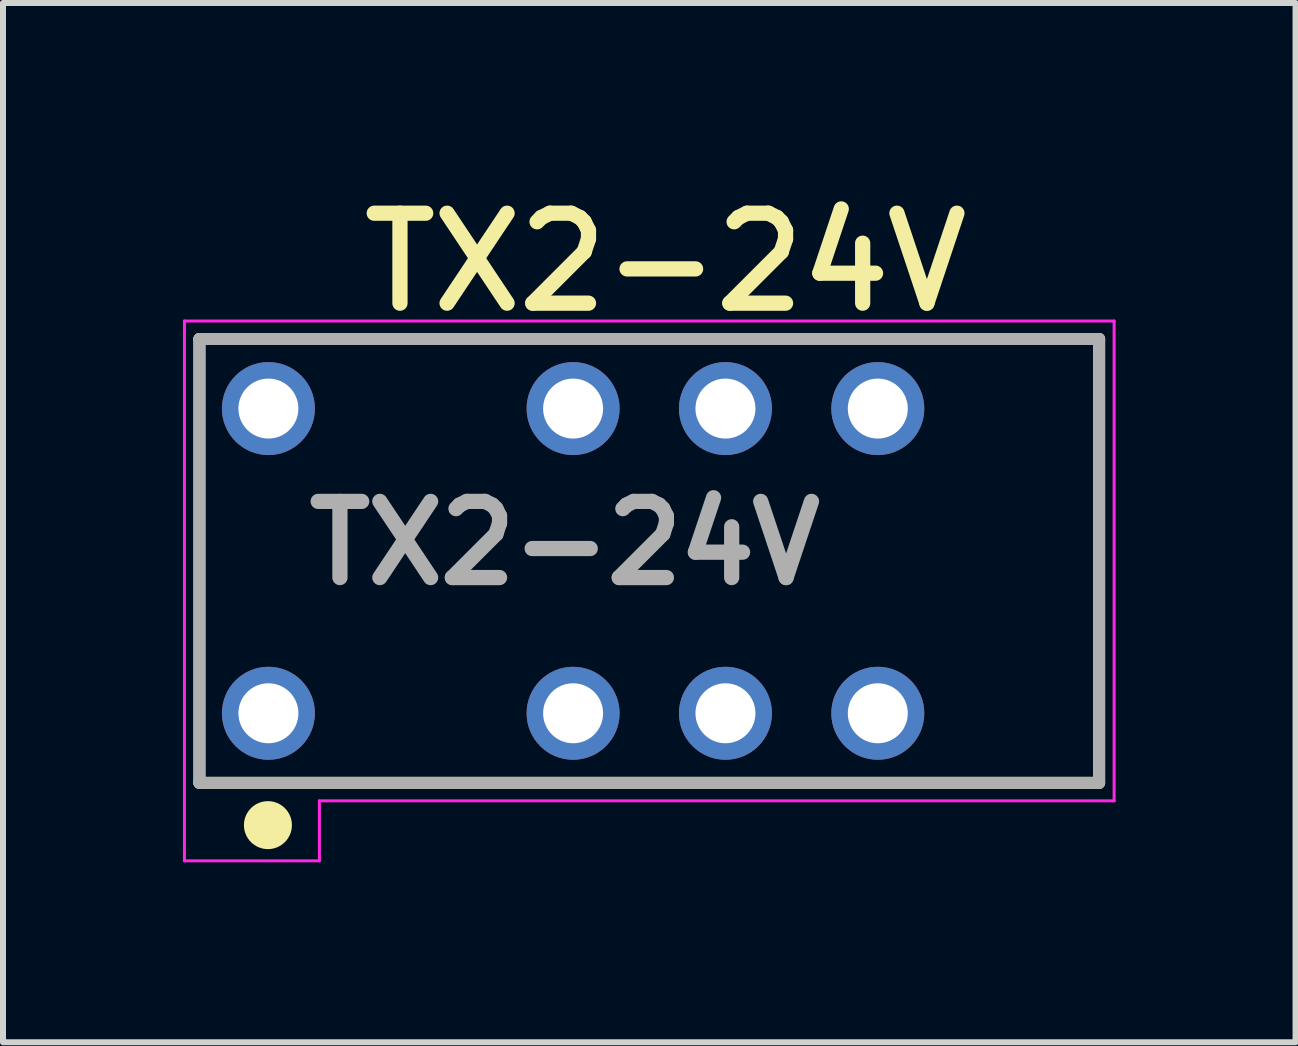
<source format=kicad_pcb>
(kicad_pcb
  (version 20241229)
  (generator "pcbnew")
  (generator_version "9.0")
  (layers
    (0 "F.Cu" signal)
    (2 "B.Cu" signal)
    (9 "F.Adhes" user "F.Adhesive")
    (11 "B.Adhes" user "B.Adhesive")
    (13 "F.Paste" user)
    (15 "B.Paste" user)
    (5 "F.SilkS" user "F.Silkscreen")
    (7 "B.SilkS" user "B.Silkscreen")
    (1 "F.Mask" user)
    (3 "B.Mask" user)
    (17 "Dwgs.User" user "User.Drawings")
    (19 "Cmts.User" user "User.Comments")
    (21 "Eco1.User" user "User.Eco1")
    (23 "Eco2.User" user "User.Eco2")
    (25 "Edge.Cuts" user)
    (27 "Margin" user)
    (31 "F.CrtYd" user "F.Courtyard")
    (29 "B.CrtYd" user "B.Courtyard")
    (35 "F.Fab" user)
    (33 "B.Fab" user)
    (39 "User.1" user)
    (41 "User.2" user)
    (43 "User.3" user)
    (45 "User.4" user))
  (footprint "TX2-24V"
    (layer "F.Cu")
    (at 0.275 6.302)
    (property "Reference" "TX2-24V" (at 7.772 -4.978 0) (layer "F.SilkS") (effects (font (size 1.5 1.5) (thickness 0.254))))
    (attr through_hole)
    (fp_line (start 0 -3.7) (end 15 -3.7) (stroke (width 0.2) (type solid)) (layer "F.SilkS"))
    (fp_line (start 0 3.7) (end 0 -3.7) (stroke (width 0.2) (type solid)) (layer "F.SilkS"))
    (fp_line (start 15 -3.7) (end 15 3.7) (stroke (width 0.2) (type solid)) (layer "F.SilkS"))
    (fp_line (start 15 3.7) (end 0 3.7) (stroke (width 0.2) (type solid)) (layer "F.SilkS"))
    (fp_circle (center 1.142 4.405) (end 1.442 4.405) (stroke (width 0.2) (type solid)) (fill yes) (layer "F.SilkS"))
    (fp_line (start -0.25 -4) (end -0.25 5) (stroke (width 0.05) (type default)) (layer "F.CrtYd"))
    (fp_line (start -0.25 5) (end 2 5) (stroke (width 0.05) (type default)) (layer "F.CrtYd"))
    (fp_line (start 2 4) (end 15.25 4) (stroke (width 0.05) (type default)) (layer "F.CrtYd"))
    (fp_line (start 2 5) (end 2 4) (stroke (width 0.05) (type default)) (layer "F.CrtYd"))
    (fp_line (start 15.25 -4) (end -0.25 -4) (stroke (width 0.05) (type default)) (layer "F.CrtYd"))
    (fp_line (start 15.25 4) (end 15.25 -4) (stroke (width 0.05) (type default)) (layer "F.CrtYd"))
    (fp_line (start 0 -3.7) (end 15 -3.7) (stroke (width 0.2) (type solid)) (layer "F.Fab"))
    (fp_line (start 0 3.7) (end 0 -3.7) (stroke (width 0.2) (type solid)) (layer "F.Fab"))
    (fp_line (start 15 -3.7) (end 15 3.7) (stroke (width 0.2) (type solid)) (layer "F.Fab"))
    (fp_line (start 15 3.7) (end 0 3.7) (stroke (width 0.2) (type solid)) (layer "F.Fab"))
    (fp_text user "${REFERENCE}" (at 6.092 -0.297 0) (layer "F.Fab") (effects (font (size 1.27 1.27) (thickness 0.254))))
    (pad "1" thru_hole circle (at 1.15 2.54) (size 1.55 1.55) (drill 1) (layers "*.Cu" "*.Mask"))
    (pad "3" thru_hole circle (at 6.23 2.54) (size 1.55 1.55) (drill 1) (layers "*.Cu" "*.Mask"))
    (pad "4" thru_hole circle (at 8.77 2.54) (size 1.55 1.55) (drill 1) (layers "*.Cu" "*.Mask"))
    (pad "5" thru_hole circle (at 11.31 2.54) (size 1.55 1.55) (drill 1) (layers "*.Cu" "*.Mask"))
    (pad "8" thru_hole circle (at 11.31 -2.54) (size 1.55 1.55) (drill 1) (layers "*.Cu" "*.Mask"))
    (pad "9" thru_hole circle (at 8.77 -2.54) (size 1.55 1.55) (drill 1) (layers "*.Cu" "*.Mask"))
    (pad "10" thru_hole circle (at 6.23 -2.54) (size 1.55 1.55) (drill 1) (layers "*.Cu" "*.Mask"))
    (pad "12" thru_hole circle (at 1.15 -2.54) (size 1.55 1.55) (drill 1) (layers "*.Cu" "*.Mask")))
  (gr_rect
    (start -3 -3)
    (end 18.55 14.327)
    (stroke (width 0.1) (type default))
    (fill no)
    (layer "Edge.Cuts")))
</source>
